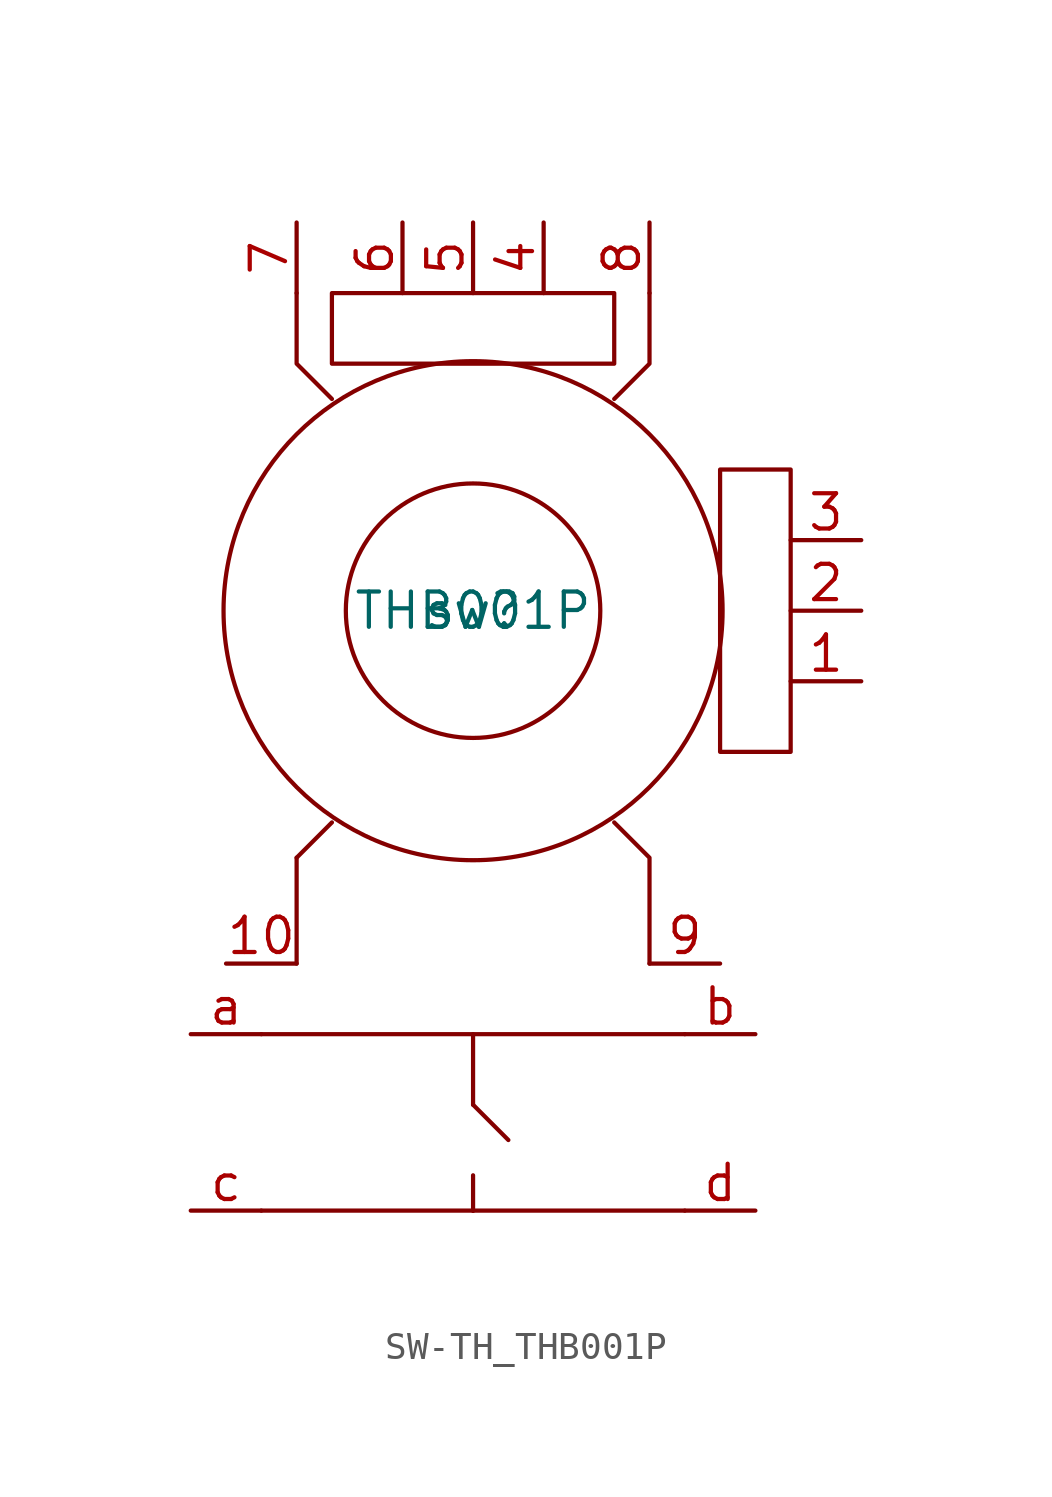
<source format=kicad_sym>
(kicad_symbol_lib
  (version 20231120)
  (generator "kicad_symbol_editor")
  (generator_version "8.0")
  (symbol "SW-TH_THB001P"
    (property "Reference" "sw"
      (at 0 0 0)
      (effects (font (size 1.27 1.27))))
    (property "Value" "THB001P"
      (at 0 0 0)
      (effects (font (size 1.27 1.27))))
    (symbol "SW-TH_THB001P_0_1"
      (rectangle (start -5.08 8.89) (end 5.08 11.43) (stroke (width 0) (type default)) (fill (type none)))
      (polyline (pts (xy -7.62 -21.59) (xy 7.62 -21.59)) (stroke (width 0) (type default)) (fill (type none)))
      (polyline (pts (xy -7.62 -15.24) (xy 7.62 -15.24)) (stroke (width 0) (type default)) (fill (type none)))
      (polyline (pts (xy -6.35 -8.89) (xy -6.35 -12.7)) (stroke (width 0) (type default)) (fill (type none)))
      (polyline (pts (xy -5.08 -7.62) (xy -6.35 -8.89)) (stroke (width 0) (type default)) (fill (type none)))
      (polyline (pts (xy 0 -21.59) (xy 0 -21.59)) (stroke (width 0) (type default)) (fill (type none)))
      (polyline (pts (xy 0 -21.59) (xy 0 -21.59)) (stroke (width 0) (type default)) (fill (type none)))
      (polyline (pts (xy 0 -21.59) (xy 0 -20.32)) (stroke (width 0) (type default)) (fill (type none)))
      (polyline (pts (xy 0 -17.78) (xy 1.27 -19.05)) (stroke (width 0) (type default)) (fill (type none)))
      (polyline (pts (xy 0 -15.24) (xy 0 -17.78)) (stroke (width 0) (type default)) (fill (type none)))
      (polyline (pts (xy -5.08 7.62) (xy -6.35 8.89) (xy -6.35 11.43)) (stroke (width 0) (type default)) (fill (type none)))
      (polyline (pts (xy 5.08 -7.62) (xy 6.35 -8.89) (xy 6.35 -12.7)) (stroke (width 0) (type default)) (fill (type none)))
      (polyline (pts (xy 5.08 7.62) (xy 6.35 8.89) (xy 6.35 11.43)) (stroke (width 0) (type default)) (fill (type none)))
      (circle (center 0 0) (radius 4.579) (stroke (width 0) (type default)) (fill (type none)))
      (circle (center 0 0) (radius 8.98) (stroke (width 0) (type default)) (fill (type none)))
      (rectangle (start 8.89 5.08) (end 11.43 -5.08) (stroke (width 0) (type default)) (fill (type none))))
    (symbol "SW-TH_THB001P_1_1"
      (pin passive line (at 13.97 -2.54 180) (length 2.54) (name "" (effects (font (size 1.27 1.27)))) (number "1" (effects (font (size 1.27 1.27)))))
      (pin passive line (at -8.89 -12.7 0) (length 2.54) (name "" (effects (font (size 1.27 1.27)))) (number "10" (effects (font (size 1.27 1.27)))))
      (pin passive line (at 13.97 0 180) (length 2.54) (name "" (effects (font (size 1.27 1.27)))) (number "2" (effects (font (size 1.27 1.27)))))
      (pin passive line (at 13.97 2.54 180) (length 2.54) (name "" (effects (font (size 1.27 1.27)))) (number "3" (effects (font (size 1.27 1.27)))))
      (pin passive line (at 2.54 13.97 270) (length 2.54) (name "" (effects (font (size 1.27 1.27)))) (number "4" (effects (font (size 1.27 1.27)))))
      (pin passive line (at 0 13.97 270) (length 2.54) (name "" (effects (font (size 1.27 1.27)))) (number "5" (effects (font (size 1.27 1.27)))))
      (pin passive line (at -2.54 13.97 270) (length 2.54) (name "" (effects (font (size 1.27 1.27)))) (number "6" (effects (font (size 1.27 1.27)))))
      (pin passive line (at -6.35 13.97 270) (length 2.54) (name "" (effects (font (size 1.27 1.27)))) (number "7" (effects (font (size 1.27 1.27)))))
      (pin passive line (at 6.35 13.97 270) (length 2.54) (name "" (effects (font (size 1.27 1.27)))) (number "8" (effects (font (size 1.27 1.27)))))
      (pin passive line (at 8.89 -12.7 180) (length 2.54) (name "" (effects (font (size 1.27 1.27)))) (number "9" (effects (font (size 1.27 1.27)))))
      (pin passive line (at -10.16 -15.24 0) (length 2.54) (name "" (effects (font (size 1.27 1.27)))) (number "a" (effects (font (size 1.27 1.27)))))
      (pin passive line (at 10.16 -15.24 180) (length 2.54) (name "" (effects (font (size 1.27 1.27)))) (number "b" (effects (font (size 1.27 1.27)))))
      (pin passive line (at -10.16 -21.59 0) (length 2.54) (name "" (effects (font (size 1.27 1.27)))) (number "c" (effects (font (size 1.27 1.27)))))
      (pin passive line (at 10.16 -21.59 180) (length 2.54) (name "" (effects (font (size 1.27 1.27)))) (number "d" (effects (font (size 1.27 1.27))))))))
</source>
